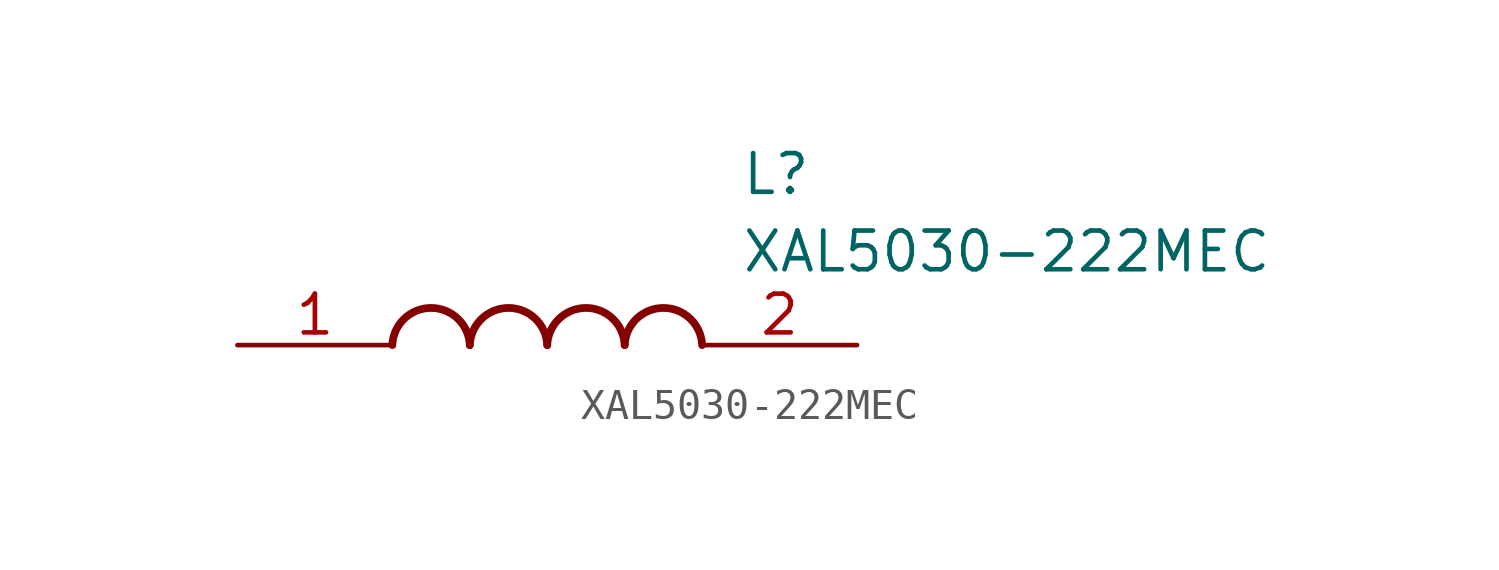
<source format=kicad_sym>
(kicad_symbol_lib
  (version 20211014)
  (generator SamacSys_ECAD_Model)
  (symbol "XAL5030-222MEC"
    (pin_names hide)
    (property "Reference" "L"
      (at 16.51 6.35 0)
      (effects (font (size 1.27 1.27)) (justify left top)))
    (property "Value" "XAL5030-222MEC"
      (at 16.51 3.81 0)
      (effects (font (size 1.27 1.27)) (justify left top)))
    (arc
      (start 7.62 0)
      (mid 6.35 1.219)
      (end 5.08 0)
      (stroke (width 0.254) (type default))
      (fill (type none)))
    (arc
      (start 10.16 0)
      (mid 8.89 1.219)
      (end 7.62 0)
      (stroke (width 0.254) (type default))
      (fill (type none)))
    (arc
      (start 12.7 0)
      (mid 11.43 1.219)
      (end 10.16 0)
      (stroke (width 0.254) (type default))
      (fill (type none)))
    (arc
      (start 15.24 0)
      (mid 13.97 1.219)
      (end 12.7 0)
      (stroke (width 0.254) (type default))
      (fill (type none)))
    (pin passive line
      (at 0 0 0)
      (length 5.08)
      (name "1" (effects (font (size 1.27 1.27))))
      (number "1" (effects (font (size 1.27 1.27)))))
    (pin passive line
      (at 20.32 0 180)
      (length 5.08)
      (name "2" (effects (font (size 1.27 1.27))))
      (number "2" (effects (font (size 1.27 1.27)))))))
</source>
